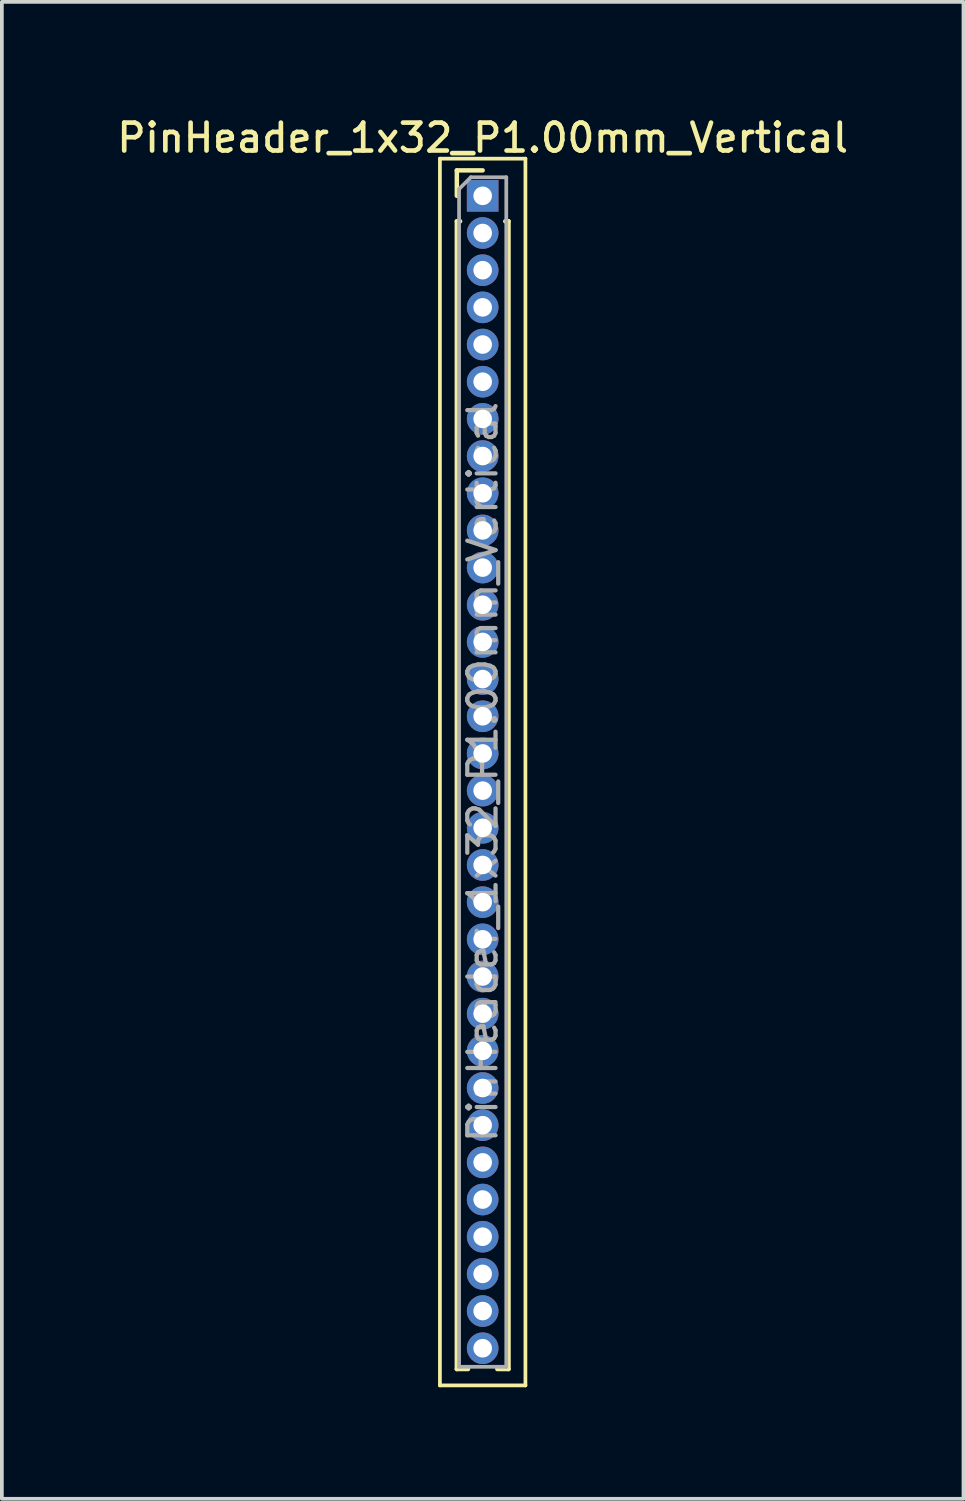
<source format=kicad_pcb>
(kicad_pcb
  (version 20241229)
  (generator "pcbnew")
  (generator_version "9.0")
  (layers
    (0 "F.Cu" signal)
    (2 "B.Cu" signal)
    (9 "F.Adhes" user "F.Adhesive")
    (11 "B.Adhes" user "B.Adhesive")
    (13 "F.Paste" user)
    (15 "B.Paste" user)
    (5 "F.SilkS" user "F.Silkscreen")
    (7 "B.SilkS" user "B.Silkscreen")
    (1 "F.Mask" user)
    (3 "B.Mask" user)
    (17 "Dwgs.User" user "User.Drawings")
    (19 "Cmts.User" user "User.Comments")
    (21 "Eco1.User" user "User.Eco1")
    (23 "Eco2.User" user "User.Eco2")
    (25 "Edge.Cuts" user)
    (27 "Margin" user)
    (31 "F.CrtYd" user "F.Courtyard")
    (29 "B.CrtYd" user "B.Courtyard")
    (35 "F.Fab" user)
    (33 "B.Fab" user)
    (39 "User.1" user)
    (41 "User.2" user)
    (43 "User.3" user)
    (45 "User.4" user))
  (footprint "PinHeader_1x32_P1.00mm_Vertical"
    (layer "F.Cu")
    (at 9.934 2.218)
    (property "Reference" "PinHeader_1x32_P1.00mm_Vertical" (at 0 -1.56 0) (layer "F.SilkS") (effects (font (size 0.75 0.75) (thickness 0.125))))
    (attr through_hole)
    (fp_line (start -1.15 -1) (end -1.15 32) (stroke (width 0.1) (type solid)) (layer "F.SilkS"))
    (fp_line (start -1.15 32) (end 1.15 32) (stroke (width 0.1) (type solid)) (layer "F.SilkS"))
    (fp_line (start -0.695 -0.685) (end 0 -0.685) (stroke (width 0.12) (type solid)) (layer "F.SilkS"))
    (fp_line (start -0.695 0) (end -0.695 -0.685) (stroke (width 0.12) (type solid)) (layer "F.SilkS"))
    (fp_line (start -0.695 0.685) (end -0.695 31.56) (stroke (width 0.12) (type solid)) (layer "F.SilkS"))
    (fp_line (start -0.695 0.685) (end -0.608 0.685) (stroke (width 0.12) (type solid)) (layer "F.SilkS"))
    (fp_line (start -0.695 31.56) (end -0.394 31.56) (stroke (width 0.12) (type solid)) (layer "F.SilkS"))
    (fp_line (start 0.394 31.56) (end 0.695 31.56) (stroke (width 0.12) (type solid)) (layer "F.SilkS"))
    (fp_line (start 0.608 0.685) (end 0.695 0.685) (stroke (width 0.12) (type solid)) (layer "F.SilkS"))
    (fp_line (start 0.695 0.685) (end 0.695 31.56) (stroke (width 0.12) (type solid)) (layer "F.SilkS"))
    (fp_line (start 1.15 -1) (end -1.15 -1) (stroke (width 0.1) (type solid)) (layer "F.SilkS"))
    (fp_line (start 1.15 32) (end 1.15 -1) (stroke (width 0.1) (type solid)) (layer "F.SilkS"))
    (fp_line (start -0.635 -0.182) (end -0.318 -0.5) (stroke (width 0.1) (type solid)) (layer "F.Fab"))
    (fp_line (start -0.635 31.5) (end -0.635 -0.182) (stroke (width 0.1) (type solid)) (layer "F.Fab"))
    (fp_line (start -0.318 -0.5) (end 0.635 -0.5) (stroke (width 0.1) (type solid)) (layer "F.Fab"))
    (fp_line (start 0.635 -0.5) (end 0.635 31.5) (stroke (width 0.1) (type solid)) (layer "F.Fab"))
    (fp_line (start 0.635 31.5) (end -0.635 31.5) (stroke (width 0.1) (type solid)) (layer "F.Fab"))
    (fp_text user "${REFERENCE}" (at 0 15.5 90) (layer "F.Fab") (effects (font (size 0.76 0.76) (thickness 0.114))))
    (pad "1" thru_hole rect (at 0 0) (size 0.85 0.85) (drill 0.5) (layers "*.Cu" "*.Mask"))
    (pad "2" thru_hole oval (at 0 1) (size 0.85 0.85) (drill 0.5) (layers "*.Cu" "*.Mask"))
    (pad "3" thru_hole oval (at 0 2) (size 0.85 0.85) (drill 0.5) (layers "*.Cu" "*.Mask"))
    (pad "4" thru_hole oval (at 0 3) (size 0.85 0.85) (drill 0.5) (layers "*.Cu" "*.Mask"))
    (pad "5" thru_hole oval (at 0 4) (size 0.85 0.85) (drill 0.5) (layers "*.Cu" "*.Mask"))
    (pad "6" thru_hole oval (at 0 5) (size 0.85 0.85) (drill 0.5) (layers "*.Cu" "*.Mask"))
    (pad "7" thru_hole oval (at 0 6) (size 0.85 0.85) (drill 0.5) (layers "*.Cu" "*.Mask"))
    (pad "8" thru_hole oval (at 0 7) (size 0.85 0.85) (drill 0.5) (layers "*.Cu" "*.Mask"))
    (pad "9" thru_hole oval (at 0 8) (size 0.85 0.85) (drill 0.5) (layers "*.Cu" "*.Mask"))
    (pad "10" thru_hole oval (at 0 9) (size 0.85 0.85) (drill 0.5) (layers "*.Cu" "*.Mask"))
    (pad "11" thru_hole oval (at 0 10) (size 0.85 0.85) (drill 0.5) (layers "*.Cu" "*.Mask"))
    (pad "12" thru_hole oval (at 0 11) (size 0.85 0.85) (drill 0.5) (layers "*.Cu" "*.Mask"))
    (pad "13" thru_hole oval (at 0 12) (size 0.85 0.85) (drill 0.5) (layers "*.Cu" "*.Mask"))
    (pad "14" thru_hole oval (at 0 13) (size 0.85 0.85) (drill 0.5) (layers "*.Cu" "*.Mask"))
    (pad "15" thru_hole oval (at 0 14) (size 0.85 0.85) (drill 0.5) (layers "*.Cu" "*.Mask"))
    (pad "16" thru_hole oval (at 0 15) (size 0.85 0.85) (drill 0.5) (layers "*.Cu" "*.Mask"))
    (pad "17" thru_hole oval (at 0 16) (size 0.85 0.85) (drill 0.5) (layers "*.Cu" "*.Mask"))
    (pad "18" thru_hole oval (at 0 17) (size 0.85 0.85) (drill 0.5) (layers "*.Cu" "*.Mask"))
    (pad "19" thru_hole oval (at 0 18) (size 0.85 0.85) (drill 0.5) (layers "*.Cu" "*.Mask"))
    (pad "20" thru_hole oval (at 0 19) (size 0.85 0.85) (drill 0.5) (layers "*.Cu" "*.Mask"))
    (pad "21" thru_hole oval (at 0 20) (size 0.85 0.85) (drill 0.5) (layers "*.Cu" "*.Mask"))
    (pad "22" thru_hole oval (at 0 21) (size 0.85 0.85) (drill 0.5) (layers "*.Cu" "*.Mask"))
    (pad "23" thru_hole oval (at 0 22) (size 0.85 0.85) (drill 0.5) (layers "*.Cu" "*.Mask"))
    (pad "24" thru_hole oval (at 0 23) (size 0.85 0.85) (drill 0.5) (layers "*.Cu" "*.Mask"))
    (pad "25" thru_hole oval (at 0 24) (size 0.85 0.85) (drill 0.5) (layers "*.Cu" "*.Mask"))
    (pad "26" thru_hole oval (at 0 25) (size 0.85 0.85) (drill 0.5) (layers "*.Cu" "*.Mask"))
    (pad "27" thru_hole oval (at 0 26) (size 0.85 0.85) (drill 0.5) (layers "*.Cu" "*.Mask"))
    (pad "28" thru_hole oval (at 0 27) (size 0.85 0.85) (drill 0.5) (layers "*.Cu" "*.Mask"))
    (pad "29" thru_hole oval (at 0 28) (size 0.85 0.85) (drill 0.5) (layers "*.Cu" "*.Mask"))
    (pad "30" thru_hole oval (at 0 29) (size 0.85 0.85) (drill 0.5) (layers "*.Cu" "*.Mask"))
    (pad "31" thru_hole oval (at 0 30) (size 0.85 0.85) (drill 0.5) (layers "*.Cu" "*.Mask"))
    (pad "32" thru_hole oval (at 0 31) (size 0.85 0.85) (drill 0.5) (layers "*.Cu" "*.Mask")))
  (gr_rect
    (start -3 -3)
    (end 22.868 37.268)
    (stroke (width 0.1) (type default))
    (fill no)
    (layer "Edge.Cuts")))
</source>
